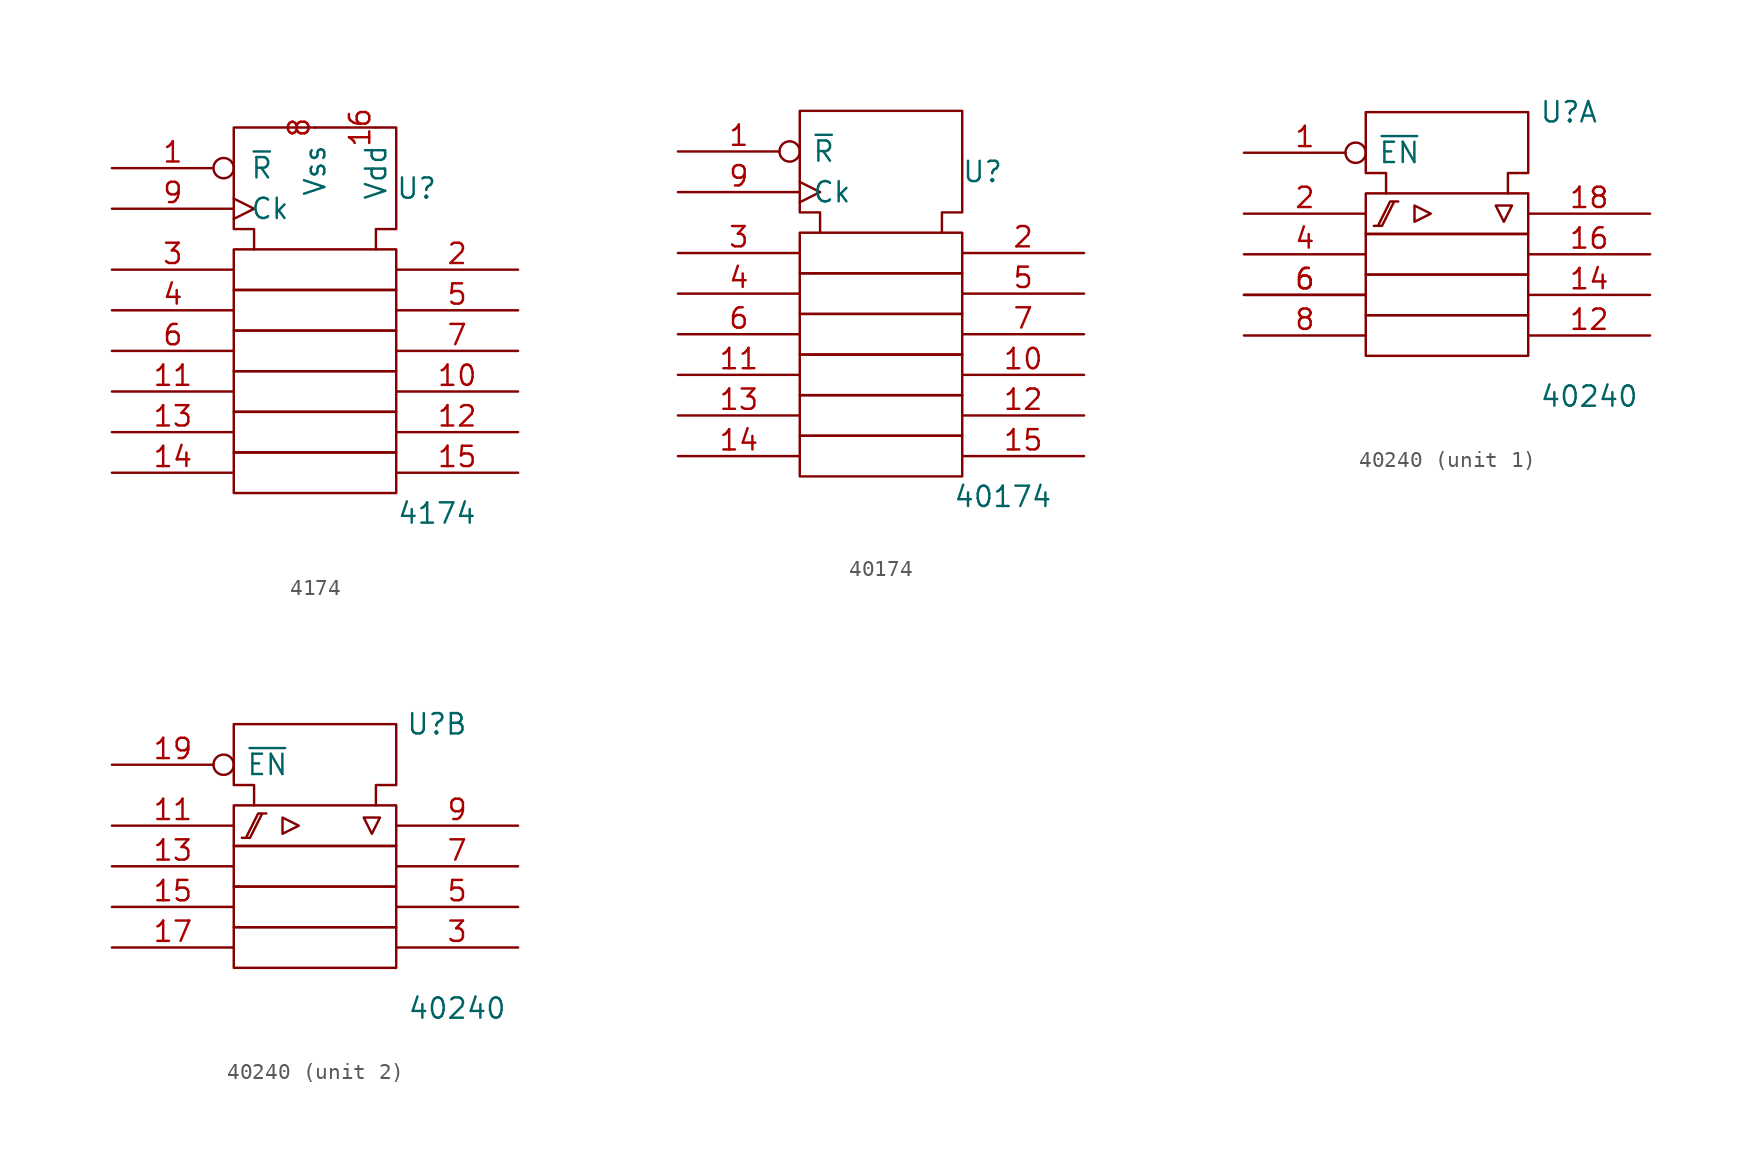
<source format=kicad_sym>
(kicad_symbol_lib
  (version 20200908)
  (generator kicad_symbol_editor)
  (symbol "4xxx_IEEE:4174"
    (pin_names
      (offset 1.016))
    (property "Reference" "U"
      (at 6.35 8.89 0)
      (effects (font (size 1.27 1.27))))
    (property "Value" "4174"
      (at 7.62 -11.43 0)
      (effects (font (size 1.27 1.27))))
    (symbol "4174_0_1"
      (rectangle (start -5.08 -7.62) (end 5.08 -10.16) (stroke (width 0)) (fill (type none)))
      (rectangle (start -5.08 -5.08) (end 5.08 -7.62) (stroke (width 0)) (fill (type none)))
      (rectangle (start -5.08 -2.54) (end 5.08 -5.08) (stroke (width 0)) (fill (type none)))
      (rectangle (start -5.08 0) (end 5.08 -2.54) (stroke (width 0)) (fill (type none)))
      (rectangle (start -5.08 2.54) (end 5.08 0) (stroke (width 0)) (fill (type none)))
      (rectangle (start -5.08 5.08) (end 5.08 2.54) (stroke (width 0)) (fill (type none)))
      (polyline (pts (xy -3.81 5.08) (xy -3.81 6.35) (xy -5.08 6.35) (xy -5.08 12.7) (xy 5.08 12.7) (xy 5.08 6.35) (xy 3.81 6.35) (xy 3.81 5.08) (xy 3.81 5.08)) (stroke (width 0)) (fill (type none))))
    (symbol "4174_0_0"
      (pin input inverted (at -12.7 10.16 0) (length 7.62) (name "~R" (effects (font (size 1.27 1.27)))) (number "1" (effects (font (size 1.27 1.27)))))
      (pin power_in line (at 3.81 12.7 270) (length 0) (name "Vdd" (effects (font (size 1.27 1.27)))) (number "16" (effects (font (size 1.27 1.27)))))
      (pin power_in line (at 0 12.7 270) (length 0) (name "Vss" (effects (font (size 1.27 1.27)))) (number "8" (effects (font (size 1.27 1.27)))))
      (pin input clock (at -12.7 7.62 0) (length 7.62) (name "Ck" (effects (font (size 1.27 1.27)))) (number "9" (effects (font (size 1.27 1.27))))))
    (symbol "4174_1_0"
      (pin output line (at 12.7 -3.81 180) (length 7.62) (name "~" (effects (font (size 1.27 1.27)))) (number "10" (effects (font (size 1.27 1.27)))))
      (pin input line (at -12.7 -3.81 0) (length 7.62) (name "~" (effects (font (size 1.27 1.27)))) (number "11" (effects (font (size 1.27 1.27)))))
      (pin output line (at 12.7 -6.35 180) (length 7.62) (name "~" (effects (font (size 1.27 1.27)))) (number "12" (effects (font (size 1.27 1.27)))))
      (pin input line (at -12.7 -6.35 0) (length 7.62) (name "~" (effects (font (size 1.27 1.27)))) (number "13" (effects (font (size 1.27 1.27)))))
      (pin input line (at -12.7 -8.89 0) (length 7.62) (name "~" (effects (font (size 1.27 1.27)))) (number "14" (effects (font (size 1.27 1.27)))))
      (pin output line (at 12.7 -8.89 180) (length 7.62) (name "~" (effects (font (size 1.27 1.27)))) (number "15" (effects (font (size 1.27 1.27)))))
      (pin output line (at 12.7 3.81 180) (length 7.62) (name "~" (effects (font (size 1.27 1.27)))) (number "2" (effects (font (size 1.27 1.27)))))
      (pin input line (at -12.7 3.81 0) (length 7.62) (name "~" (effects (font (size 1.27 1.27)))) (number "3" (effects (font (size 1.27 1.27)))))
      (pin input line (at -12.7 1.27 0) (length 7.62) (name "~" (effects (font (size 1.27 1.27)))) (number "4" (effects (font (size 1.27 1.27)))))
      (pin output line (at 12.7 1.27 180) (length 7.62) (name "~" (effects (font (size 1.27 1.27)))) (number "5" (effects (font (size 1.27 1.27)))))
      (pin input line (at -12.7 -1.27 0) (length 7.62) (name "~" (effects (font (size 1.27 1.27)))) (number "6" (effects (font (size 1.27 1.27)))))
      (pin output line (at 12.7 -1.27 180) (length 7.62) (name "~" (effects (font (size 1.27 1.27)))) (number "7" (effects (font (size 1.27 1.27)))))))
  (symbol "4xxx_IEEE:40174"
    (pin_names
      (offset 0.762))
    (property "Reference" "U"
      (at 6.35 8.89 0)
      (effects (font (size 1.27 1.27))))
    (property "Value" "40174"
      (at 7.62 -11.43 0)
      (effects (font (size 1.27 1.27))))
    (symbol "40174_0_1"
      (rectangle (start -5.08 -7.62) (end 5.08 -10.16) (stroke (width 0)) (fill (type none)))
      (rectangle (start -5.08 -5.08) (end 5.08 -7.62) (stroke (width 0)) (fill (type none)))
      (rectangle (start -5.08 -2.54) (end 5.08 -5.08) (stroke (width 0)) (fill (type none)))
      (rectangle (start -5.08 0) (end 5.08 -2.54) (stroke (width 0)) (fill (type none)))
      (rectangle (start -5.08 2.54) (end 5.08 0) (stroke (width 0)) (fill (type none)))
      (rectangle (start -5.08 5.08) (end 5.08 2.54) (stroke (width 0)) (fill (type none)))
      (polyline (pts (xy -3.81 5.08) (xy -3.81 6.35) (xy -5.08 6.35) (xy -5.08 12.7) (xy 5.08 12.7) (xy 5.08 6.35) (xy 3.81 6.35) (xy 3.81 5.08) (xy 3.81 5.08)) (stroke (width 0)) (fill (type none))))
    (symbol "40174_0_0"
      (pin input inverted (at -12.7 10.16 0) (length 7.62) (name "~R" (effects (font (size 1.27 1.27)))) (number "1" (effects (font (size 1.27 1.27)))))
      (pin power_in line (at 3.81 12.7 270) (length 0) hide (name "Vdd" (effects (font (size 1.27 1.27)))) (number "16" (effects (font (size 1.27 1.27)))))
      (pin power_in line (at 0 12.7 270) (length 0) hide (name "Vss" (effects (font (size 1.27 1.27)))) (number "8" (effects (font (size 1.27 1.27)))))
      (pin input clock (at -12.7 7.62 0) (length 7.62) (name "Ck" (effects (font (size 1.27 1.27)))) (number "9" (effects (font (size 1.27 1.27))))))
    (symbol "40174_1_0"
      (pin output line (at 12.7 -3.81 180) (length 7.62) (name "~" (effects (font (size 1.27 1.27)))) (number "10" (effects (font (size 1.27 1.27)))))
      (pin input line (at -12.7 -3.81 0) (length 7.62) (name "~" (effects (font (size 1.27 1.27)))) (number "11" (effects (font (size 1.27 1.27)))))
      (pin output line (at 12.7 -6.35 180) (length 7.62) (name "~" (effects (font (size 1.27 1.27)))) (number "12" (effects (font (size 1.27 1.27)))))
      (pin input line (at -12.7 -6.35 0) (length 7.62) (name "~" (effects (font (size 1.27 1.27)))) (number "13" (effects (font (size 1.27 1.27)))))
      (pin input line (at -12.7 -8.89 0) (length 7.62) (name "~" (effects (font (size 1.27 1.27)))) (number "14" (effects (font (size 1.27 1.27)))))
      (pin output line (at 12.7 -8.89 180) (length 7.62) (name "~" (effects (font (size 1.27 1.27)))) (number "15" (effects (font (size 1.27 1.27)))))
      (pin output line (at 12.7 3.81 180) (length 7.62) (name "~" (effects (font (size 1.27 1.27)))) (number "2" (effects (font (size 1.27 1.27)))))
      (pin input line (at -12.7 3.81 0) (length 7.62) (name "~" (effects (font (size 1.27 1.27)))) (number "3" (effects (font (size 1.27 1.27)))))
      (pin input line (at -12.7 1.27 0) (length 7.62) (name "~" (effects (font (size 1.27 1.27)))) (number "4" (effects (font (size 1.27 1.27)))))
      (pin output line (at 12.7 1.27 180) (length 7.62) (name "~" (effects (font (size 1.27 1.27)))) (number "5" (effects (font (size 1.27 1.27)))))
      (pin input line (at -12.7 -1.27 0) (length 7.62) (name "~" (effects (font (size 1.27 1.27)))) (number "6" (effects (font (size 1.27 1.27)))))
      (pin output line (at 12.7 -1.27 180) (length 7.62) (name "~" (effects (font (size 1.27 1.27)))) (number "7" (effects (font (size 1.27 1.27)))))))
  (symbol "4xxx_IEEE:40240"
    (pin_names
      (offset 0.762))
    (property "Reference" "U"
      (at 7.62 8.89 0)
      (effects (font (size 1.27 1.27))))
    (property "Value" "40240"
      (at 8.89 -8.89 0)
      (effects (font (size 1.27 1.27))))
    (symbol "40240_0_1"
      (rectangle (start -5.08 -3.81) (end 5.08 -6.35) (stroke (width 0)) (fill (type none)))
      (rectangle (start -5.08 -1.27) (end 5.08 -3.81) (stroke (width 0)) (fill (type none)))
      (rectangle (start -5.08 1.27) (end 5.08 -1.27) (stroke (width 0)) (fill (type none)))
      (rectangle (start -5.08 3.81) (end 5.08 1.27) (stroke (width 0)) (fill (type none)))
      (polyline (pts (xy -3.81 3.81) (xy -3.81 5.08) (xy -5.08 5.08) (xy -5.08 8.89) (xy 5.08 8.89) (xy 5.08 5.08) (xy 3.81 5.08) (xy 3.81 3.81) (xy 3.81 3.81)) (stroke (width 0)) (fill (type none)))
      (pin power_in line (at -1.27 8.89 270) (length 0) hide (name "Vss" (effects (font (size 1.27 1.27)))) (number "10" (effects (font (size 1.27 1.27)))))
      (pin power_in line (at 2.54 8.89 270) (length 0) hide (name "Vdd" (effects (font (size 1.27 1.27)))) (number "20" (effects (font (size 1.27 1.27))))))
    (symbol "40240_0_0"
      (polyline (pts (xy -2.032 3.048) (xy -2.032 2.032) (xy -1.016 2.54) (xy -2.032 3.048) (xy -2.032 3.048)) (stroke (width 0)) (fill (type none)))
      (polyline (pts (xy 3.048 3.048) (xy 4.064 3.048) (xy 3.556 2.032) (xy 3.048 3.048) (xy 3.048 3.048)) (stroke (width 0)) (fill (type none)))
      (polyline (pts (xy -4.572 1.778) (xy -4.064 1.778) (xy -3.302 3.302) (xy -3.048 3.302) (xy -3.556 3.302) (xy -4.318 1.778) (xy -4.318 1.778)) (stroke (width 0)) (fill (type none))))
    (symbol "40240_1_0"
      (pin output line (at 12.7 -5.08 180) (length 7.62) (name "~" (effects (font (size 1.27 1.27)))) (number "12" (effects (font (size 1.27 1.27)))))
      (pin output line (at 12.7 -2.54 180) (length 7.62) (name "~" (effects (font (size 1.27 1.27)))) (number "14" (effects (font (size 1.27 1.27)))))
      (pin output line (at 12.7 0 180) (length 7.62) (name "~" (effects (font (size 1.27 1.27)))) (number "16" (effects (font (size 1.27 1.27)))))
      (pin output line (at 12.7 2.54 180) (length 7.62) (name "~" (effects (font (size 1.27 1.27)))) (number "18" (effects (font (size 1.27 1.27)))))
      (pin input line (at -12.7 0 0) (length 7.62) (name "~" (effects (font (size 1.27 1.27)))) (number "4" (effects (font (size 1.27 1.27)))))
      (pin input line (at -12.7 -2.54 0) (length 7.62) (name "~" (effects (font (size 1.27 1.27)))) (number "6" (effects (font (size 1.27 1.27))))))
    (symbol "40240_2_0"
      (pin input line (at -12.7 2.54 0) (length 7.62) (name "~" (effects (font (size 1.27 1.27)))) (number "11" (effects (font (size 1.27 1.27)))))
      (pin input line (at -12.7 -2.54 0) (length 7.62) (name "~" (effects (font (size 1.27 1.27)))) (number "15" (effects (font (size 1.27 1.27)))))
      (pin input line (at -12.7 -5.08 0) (length 7.62) (name "~" (effects (font (size 1.27 1.27)))) (number "17" (effects (font (size 1.27 1.27)))))
      (pin input inverted (at -12.7 6.35 0) (length 7.62) (name "~EN" (effects (font (size 1.27 1.27)))) (number "19" (effects (font (size 1.27 1.27))))))
    (symbol "40240_1_1"
      (pin input inverted (at -12.7 6.35 0) (length 7.62) (name "~EN" (effects (font (size 1.27 1.27)))) (number "1" (effects (font (size 1.27 1.27)))))
      (pin input line (at -12.7 2.54 0) (length 7.62) (name "~" (effects (font (size 1.27 1.27)))) (number "2" (effects (font (size 1.27 1.27)))))
      (pin input line (at -12.7 -2.54 0) (length 7.62) (name "~" (effects (font (size 1.27 1.27)))) (number "6" (effects (font (size 1.27 1.27)))))
      (pin input line (at -12.7 -5.08 0) (length 7.62) (name "~" (effects (font (size 1.27 1.27)))) (number "8" (effects (font (size 1.27 1.27))))))
    (symbol "40240_2_1"
      (pin input line (at -12.7 0 0) (length 7.62) (name "~" (effects (font (size 1.27 1.27)))) (number "13" (effects (font (size 1.27 1.27)))))
      (pin output line (at 12.7 -5.08 180) (length 7.62) (name "~" (effects (font (size 1.27 1.27)))) (number "3" (effects (font (size 1.27 1.27)))))
      (pin output line (at 12.7 -2.54 180) (length 7.62) (name "~" (effects (font (size 1.27 1.27)))) (number "5" (effects (font (size 1.27 1.27)))))
      (pin output line (at 12.7 0 180) (length 7.62) (name "~" (effects (font (size 1.27 1.27)))) (number "7" (effects (font (size 1.27 1.27)))))
      (pin output line (at 12.7 2.54 180) (length 7.62) (name "~" (effects (font (size 1.27 1.27)))) (number "9" (effects (font (size 1.27 1.27))))))))
</source>
